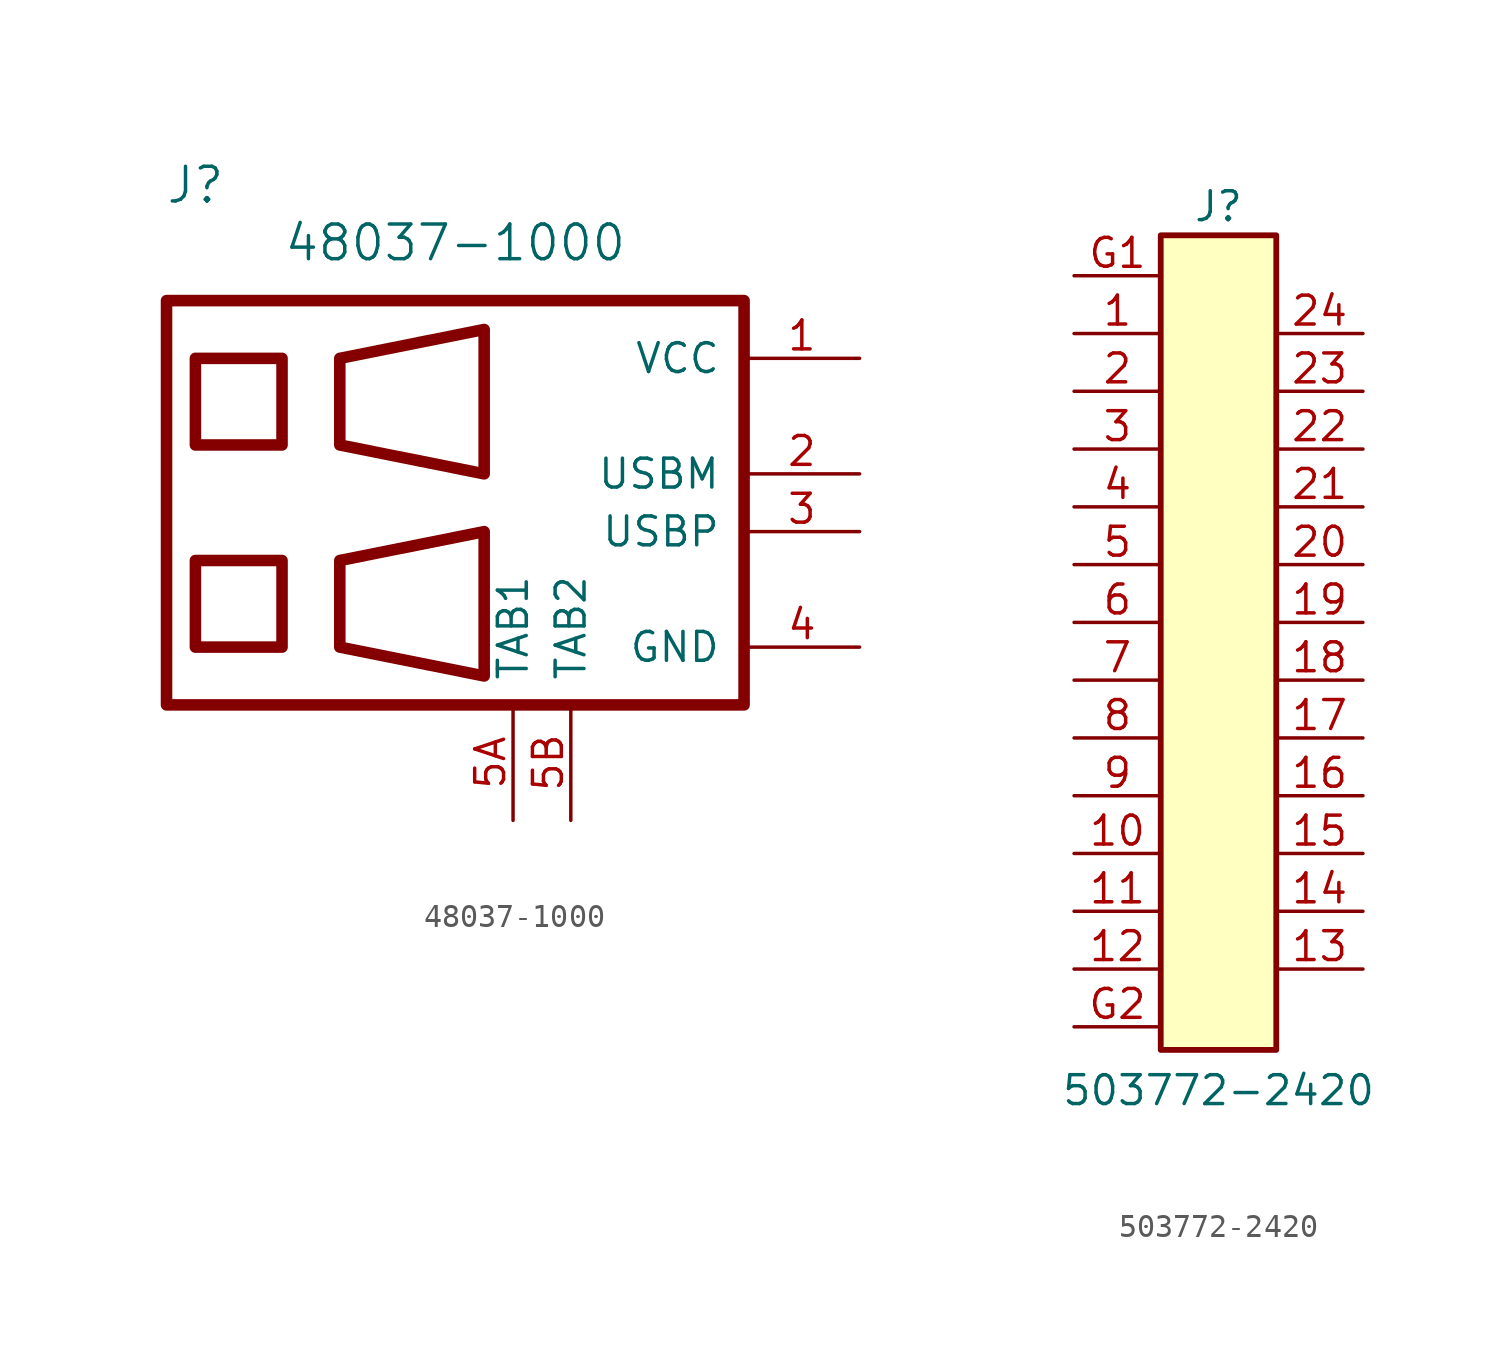
<source format=kicad_sym>
(kicad_symbol_lib
  (version 20211014)
  (generator kicad_symbol_editor)
  (symbol "48037-1000"
    (pin_names
      (offset 1.016))
    (property "Reference" "J"
      (at -11.43 13.97 0)
      (effects (font (size 1.524 1.524))))
    (property "Value" "48037-1000"
      (at 0 11.43 0)
      (effects (font (size 1.524 1.524))))
    (symbol "48037-1000_0_1"
      (polyline (pts (xy -7.62 -2.54) (xy -7.62 -6.35) (xy -11.43 -6.35) (xy -11.43 -2.54) (xy -7.62 -2.54)) (stroke (width 0.508) (type default) (color 0 0 0 0)) (fill (type none)))
      (polyline (pts (xy -7.62 6.35) (xy -7.62 2.54) (xy -11.43 2.54) (xy -11.43 6.35) (xy -7.62 6.35)) (stroke (width 0.508) (type default) (color 0 0 0 0)) (fill (type none)))
      (polyline (pts (xy 1.27 -1.27) (xy 1.27 -7.62) (xy -5.08 -6.35) (xy -5.08 -2.54) (xy 1.27 -1.27)) (stroke (width 0.508) (type default) (color 0 0 0 0)) (fill (type none)))
      (polyline (pts (xy 1.27 7.62) (xy 1.27 1.27) (xy -5.08 2.54) (xy -5.08 6.35) (xy 1.27 7.62)) (stroke (width 0.508) (type default) (color 0 0 0 0)) (fill (type none)))
      (rectangle (start 12.7 -8.89) (end -12.7 8.89) (stroke (width 0.508) (type default) (color 0 0 0 0)) (fill (type none))))
    (symbol "48037-1000_1_1"
      (pin power_out line (at 17.78 6.35 180) (length 5.08) (name "VCC" (effects (font (size 1.27 1.27)))) (number "1" (effects (font (size 1.27 1.27)))))
      (pin passive line (at 17.78 1.27 180) (length 5.08) (name "USBM" (effects (font (size 1.27 1.27)))) (number "2" (effects (font (size 1.27 1.27)))))
      (pin passive line (at 17.78 -1.27 180) (length 5.08) (name "USBP" (effects (font (size 1.27 1.27)))) (number "3" (effects (font (size 1.27 1.27)))))
      (pin power_in line (at 17.78 -6.35 180) (length 5.08) (name "GND" (effects (font (size 1.27 1.27)))) (number "4" (effects (font (size 1.27 1.27)))))
      (pin passive line (at 2.54 -13.97 90) (length 5.08) (name "TAB1" (effects (font (size 1.27 1.27)))) (number "5A" (effects (font (size 1.27 1.27)))))
      (pin passive line (at 5.08 -13.97 90) (length 5.08) (name "TAB2" (effects (font (size 1.27 1.27)))) (number "5B" (effects (font (size 1.27 1.27)))))))
  (symbol "503772-2420"
    (pin_names
      (offset 1.016) hide)
    (property "Reference" "J"
      (at 0 18.288 0)
      (effects (font (size 1.27 1.27))))
    (property "Value" "503772-2420"
      (at 0 -20.574 0)
      (effects (font (size 1.27 1.27))))
    (symbol "503772-2420_1_1"
      (rectangle (start -2.54 17.018) (end 2.54 -18.796) (stroke (width 0.254) (type default) (color 0 0 0 0)) (fill (type background)))
      (pin passive line (at -6.35 12.7 0) (length 3.81) (name "Pin_1" (effects (font (size 1.27 1.27)))) (number "1" (effects (font (size 1.27 1.27)))))
      (pin passive line (at -6.35 -10.16 0) (length 3.81) (name "Pin_10" (effects (font (size 1.27 1.27)))) (number "10" (effects (font (size 1.27 1.27)))))
      (pin passive line (at -6.35 -12.7 0) (length 3.81) (name "Pin_11" (effects (font (size 1.27 1.27)))) (number "11" (effects (font (size 1.27 1.27)))))
      (pin passive line (at -6.35 -15.24 0) (length 3.81) (name "Pin_12" (effects (font (size 1.27 1.27)))) (number "12" (effects (font (size 1.27 1.27)))))
      (pin passive line (at 6.35 -15.24 180) (length 3.81) (name "Pin_13" (effects (font (size 1.27 1.27)))) (number "13" (effects (font (size 1.27 1.27)))))
      (pin passive line (at 6.35 -12.7 180) (length 3.81) (name "Pin_14" (effects (font (size 1.27 1.27)))) (number "14" (effects (font (size 1.27 1.27)))))
      (pin passive line (at 6.35 -10.16 180) (length 3.81) (name "Pin_15" (effects (font (size 1.27 1.27)))) (number "15" (effects (font (size 1.27 1.27)))))
      (pin passive line (at 6.35 -7.62 180) (length 3.81) (name "Pin_16" (effects (font (size 1.27 1.27)))) (number "16" (effects (font (size 1.27 1.27)))))
      (pin passive line (at 6.35 -5.08 180) (length 3.81) (name "Pin_17" (effects (font (size 1.27 1.27)))) (number "17" (effects (font (size 1.27 1.27)))))
      (pin passive line (at 6.35 -2.54 180) (length 3.81) (name "Pin_18" (effects (font (size 1.27 1.27)))) (number "18" (effects (font (size 1.27 1.27)))))
      (pin passive line (at 6.35 0 180) (length 3.81) (name "Pin_19" (effects (font (size 1.27 1.27)))) (number "19" (effects (font (size 1.27 1.27)))))
      (pin passive line (at -6.35 10.16 0) (length 3.81) (name "Pin_2" (effects (font (size 1.27 1.27)))) (number "2" (effects (font (size 1.27 1.27)))))
      (pin passive line (at 6.35 2.54 180) (length 3.81) (name "Pin_20" (effects (font (size 1.27 1.27)))) (number "20" (effects (font (size 1.27 1.27)))))
      (pin passive line (at 6.35 5.08 180) (length 3.81) (name "Pin_21" (effects (font (size 1.27 1.27)))) (number "21" (effects (font (size 1.27 1.27)))))
      (pin passive line (at 6.35 7.62 180) (length 3.81) (name "Pin_22" (effects (font (size 1.27 1.27)))) (number "22" (effects (font (size 1.27 1.27)))))
      (pin passive line (at 6.35 10.16 180) (length 3.81) (name "Pin_23" (effects (font (size 1.27 1.27)))) (number "23" (effects (font (size 1.27 1.27)))))
      (pin passive line (at 6.35 12.7 180) (length 3.81) (name "Pin_24" (effects (font (size 1.27 1.27)))) (number "24" (effects (font (size 1.27 1.27)))))
      (pin passive line (at -6.35 7.62 0) (length 3.81) (name "Pin_3" (effects (font (size 1.27 1.27)))) (number "3" (effects (font (size 1.27 1.27)))))
      (pin passive line (at -6.35 5.08 0) (length 3.81) (name "Pin_4" (effects (font (size 1.27 1.27)))) (number "4" (effects (font (size 1.27 1.27)))))
      (pin passive line (at -6.35 2.54 0) (length 3.81) (name "Pin_5" (effects (font (size 1.27 1.27)))) (number "5" (effects (font (size 1.27 1.27)))))
      (pin passive line (at -6.35 0 0) (length 3.81) (name "Pin_6" (effects (font (size 1.27 1.27)))) (number "6" (effects (font (size 1.27 1.27)))))
      (pin passive line (at -6.35 -2.54 0) (length 3.81) (name "Pin_7" (effects (font (size 1.27 1.27)))) (number "7" (effects (font (size 1.27 1.27)))))
      (pin passive line (at -6.35 -5.08 0) (length 3.81) (name "Pin_8" (effects (font (size 1.27 1.27)))) (number "8" (effects (font (size 1.27 1.27)))))
      (pin passive line (at -6.35 -7.62 0) (length 3.81) (name "Pin_9" (effects (font (size 1.27 1.27)))) (number "9" (effects (font (size 1.27 1.27)))))
      (pin passive line (at -6.35 15.24 0) (length 3.81) (name "Pin_G1" (effects (font (size 1.27 1.27)))) (number "G1" (effects (font (size 1.27 1.27)))))
      (pin passive line (at -6.35 -17.78 0) (length 3.81) (name "Pin_G2" (effects (font (size 1.27 1.27)))) (number "G2" (effects (font (size 1.27 1.27))))))))
</source>
